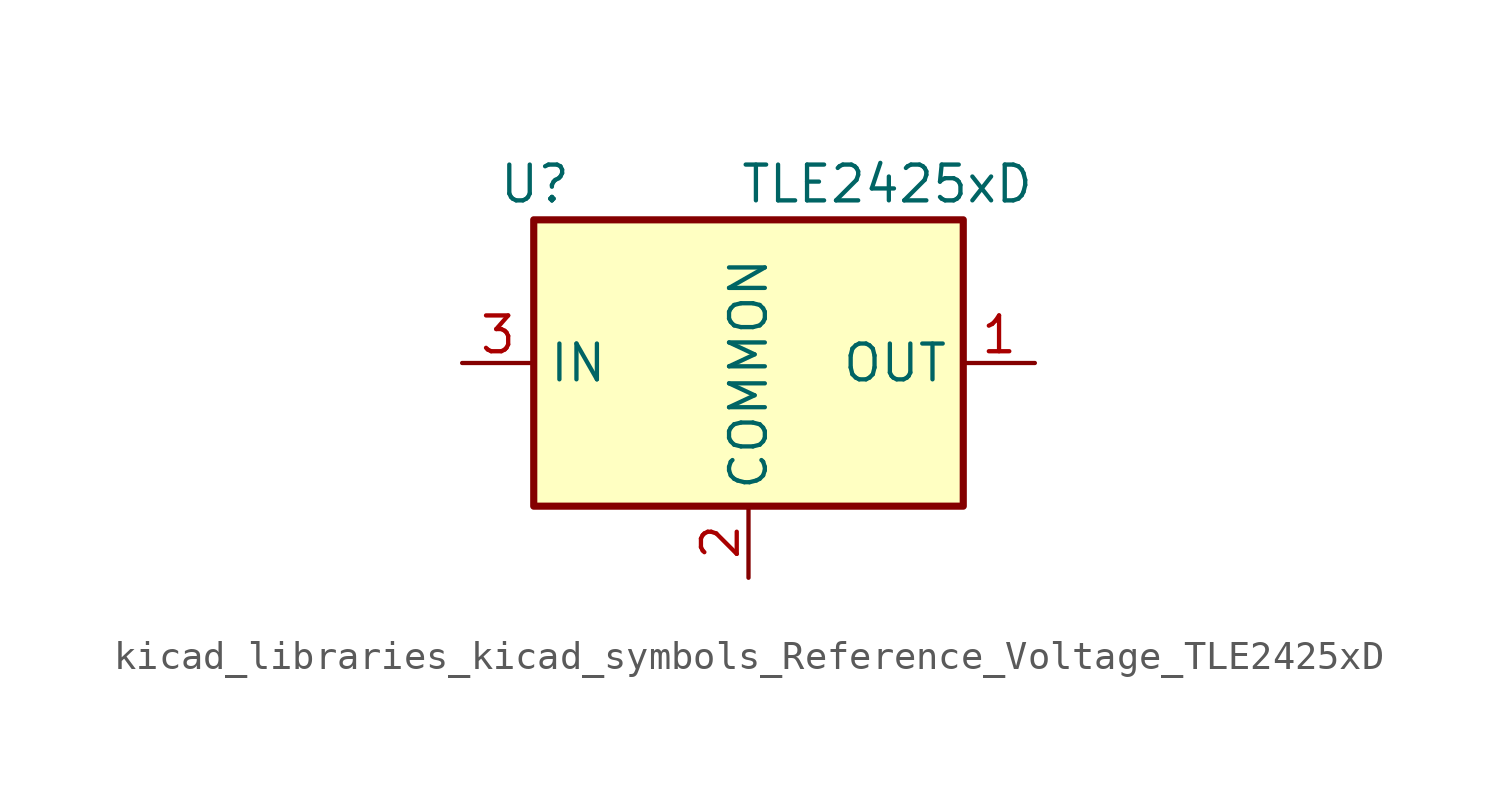
<source format=kicad_sym>
(kicad_symbol_lib
  (version 20220914)
  (generator kicad_symbol_editor)
  (symbol "kicad_libraries_kicad_symbols_Reference_Voltage_TLE2425xD"
    (property "Reference" "U"
      (at -8.89 6.35 0)
      (effects (font (size 1.27 1.27)) (justify left)))
    (property "Value" "TLE2425xD"
      (at 10.16 6.35 0)
      (effects (font (size 1.27 1.27)) (justify right)))
    (symbol "kicad_libraries_kicad_symbols_Reference_Voltage_TLE2425xD_0_1"
      (rectangle (start 7.62 -5.08) (end -7.62 5.08) (stroke (width 0.254) (type default)) (fill (type background))))
    (symbol "kicad_libraries_kicad_symbols_Reference_Voltage_TLE2425xD_1_1"
      (pin power_out line (at 10.16 0 180) (length 2.54) (name "OUT" (effects (font (size 1.27 1.27)))) (number "1" (effects (font (size 1.27 1.27)))))
      (pin power_in line (at 0 -7.62 90) (length 2.54) (name "COMMON" (effects (font (size 1.27 1.27)))) (number "2" (effects (font (size 1.27 1.27)))))
      (pin power_in line (at -10.16 0 0) (length 2.54) (name "IN" (effects (font (size 1.27 1.27)))) (number "3" (effects (font (size 1.27 1.27)))))
      (pin no_connect line (at -7.62 -2.54 0) (length 2.54) hide (name "NC" (effects (font (size 1.27 1.27)))) (number "4" (effects (font (size 1.27 1.27)))))
      (pin no_connect line (at -5.08 -5.08 90) (length 2.54) hide (name "NC" (effects (font (size 1.27 1.27)))) (number "5" (effects (font (size 1.27 1.27)))))
      (pin no_connect line (at 7.62 2.54 180) (length 2.54) hide (name "NC" (effects (font (size 1.27 1.27)))) (number "6" (effects (font (size 1.27 1.27)))))
      (pin no_connect line (at 7.62 -2.54 180) (length 2.54) hide (name "NC" (effects (font (size 1.27 1.27)))) (number "7" (effects (font (size 1.27 1.27)))))
      (pin no_connect line (at -7.62 2.54 0) (length 2.54) hide (name "NC" (effects (font (size 1.27 1.27)))) (number "8" (effects (font (size 1.27 1.27))))))))
</source>
